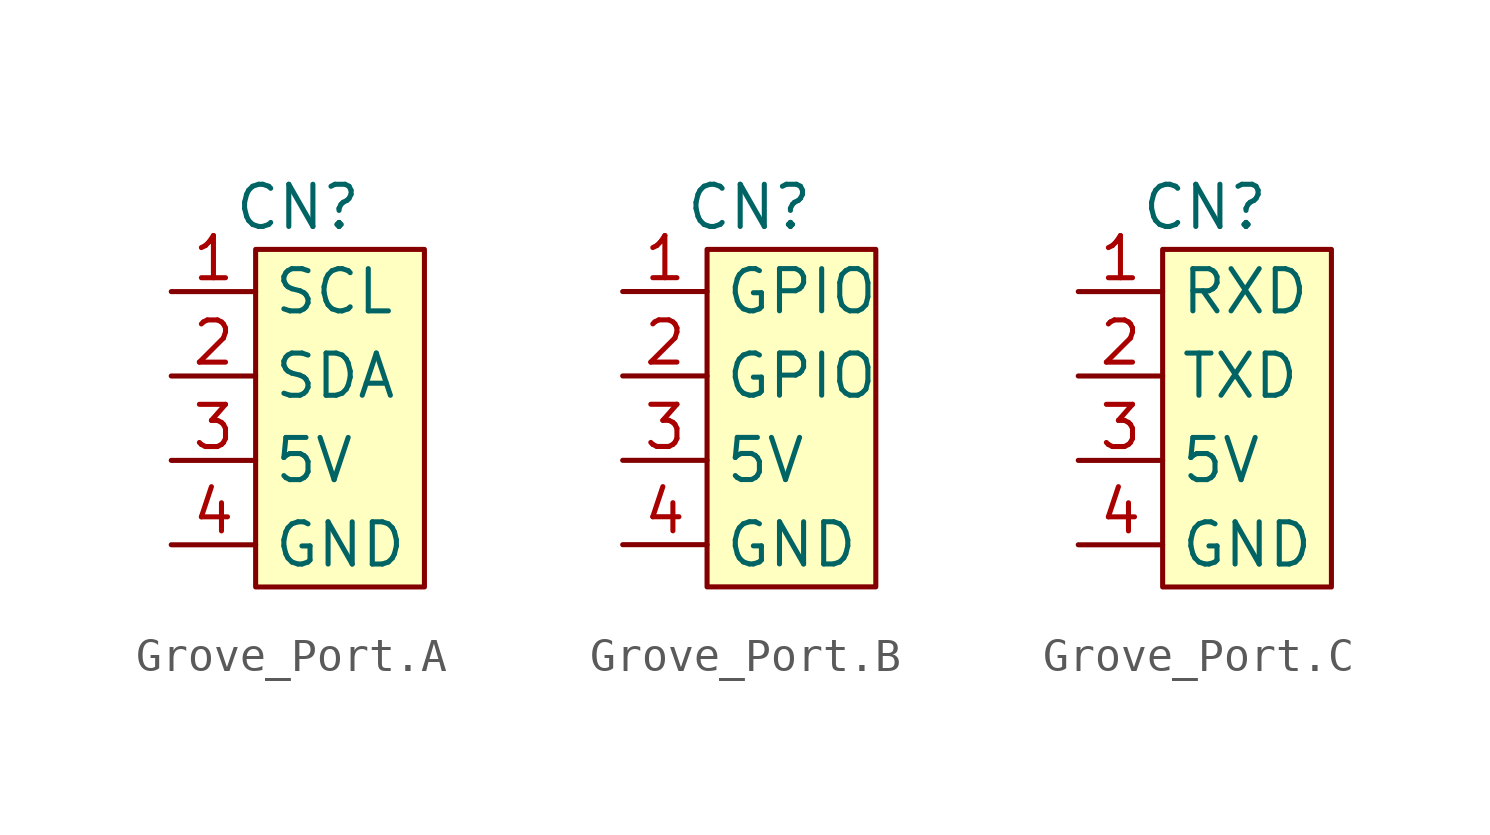
<source format=kicad_sym>
(kicad_symbol_lib
  (version 20231120)
  (generator "kicad_symbol_editor")
  (generator_version "8.0")
  (symbol "Grove_Port.A"
    (property "Reference" "CN"
      (at 3.81 2.54 0)
      (effects (font (size 1.27 1.27))))
    (property "Value" ""
      (at 0 2.54 0)
      (effects (font (size 1.27 1.27))))
    (symbol "Grove_Port.A_1_1"
      (rectangle (start 2.54 1.27) (end 7.62 -8.89) (stroke (width 0) (type default)) (fill (type background)))
      (pin passive line (at 0 0 0) (length 2.54) (name "SCL" (effects (font (size 1.27 1.27)))) (number "1" (effects (font (size 1.27 1.27)))))
      (pin passive line (at 0 -2.54 0) (length 2.54) (name "SDA" (effects (font (size 1.27 1.27)))) (number "2" (effects (font (size 1.27 1.27)))))
      (pin passive line (at 0 -5.08 0) (length 2.54) (name "5V" (effects (font (size 1.27 1.27)))) (number "3" (effects (font (size 1.27 1.27)))))
      (pin passive line (at 0 -7.62 0) (length 2.54) (name "GND" (effects (font (size 1.27 1.27)))) (number "4" (effects (font (size 1.27 1.27)))))))
  (symbol "Grove_Port.B"
    (property "Reference" "CN"
      (at 3.81 2.54 0)
      (effects (font (size 1.27 1.27))))
    (property "Value" ""
      (at 0 2.54 0)
      (effects (font (size 1.27 1.27))))
    (symbol "Grove_Port.B_1_1"
      (rectangle (start 2.54 1.27) (end 7.62 -8.89) (stroke (width 0) (type default)) (fill (type background)))
      (pin passive line (at 0 0 0) (length 2.54) (name "GPIO" (effects (font (size 1.27 1.27)))) (number "1" (effects (font (size 1.27 1.27)))))
      (pin passive line (at 0 -2.54 0) (length 2.54) (name "GPIO" (effects (font (size 1.27 1.27)))) (number "2" (effects (font (size 1.27 1.27)))))
      (pin passive line (at 0 -5.08 0) (length 2.54) (name "5V" (effects (font (size 1.27 1.27)))) (number "3" (effects (font (size 1.27 1.27)))))
      (pin passive line (at 0 -7.62 0) (length 2.54) (name "GND" (effects (font (size 1.27 1.27)))) (number "4" (effects (font (size 1.27 1.27)))))))
  (symbol "Grove_Port.C"
    (property "Reference" "CN"
      (at 3.81 2.54 0)
      (effects (font (size 1.27 1.27))))
    (property "Value" ""
      (at 0 2.54 0)
      (effects (font (size 1.27 1.27))))
    (symbol "Grove_Port.C_1_1"
      (rectangle (start 2.54 1.27) (end 7.62 -8.89) (stroke (width 0) (type default)) (fill (type background)))
      (pin passive line (at 0 0 0) (length 2.54) (name "RXD" (effects (font (size 1.27 1.27)))) (number "1" (effects (font (size 1.27 1.27)))))
      (pin passive line (at 0 -2.54 0) (length 2.54) (name "TXD" (effects (font (size 1.27 1.27)))) (number "2" (effects (font (size 1.27 1.27)))))
      (pin passive line (at 0 -5.08 0) (length 2.54) (name "5V" (effects (font (size 1.27 1.27)))) (number "3" (effects (font (size 1.27 1.27)))))
      (pin passive line (at 0 -7.62 0) (length 2.54) (name "GND" (effects (font (size 1.27 1.27)))) (number "4" (effects (font (size 1.27 1.27))))))))
</source>
